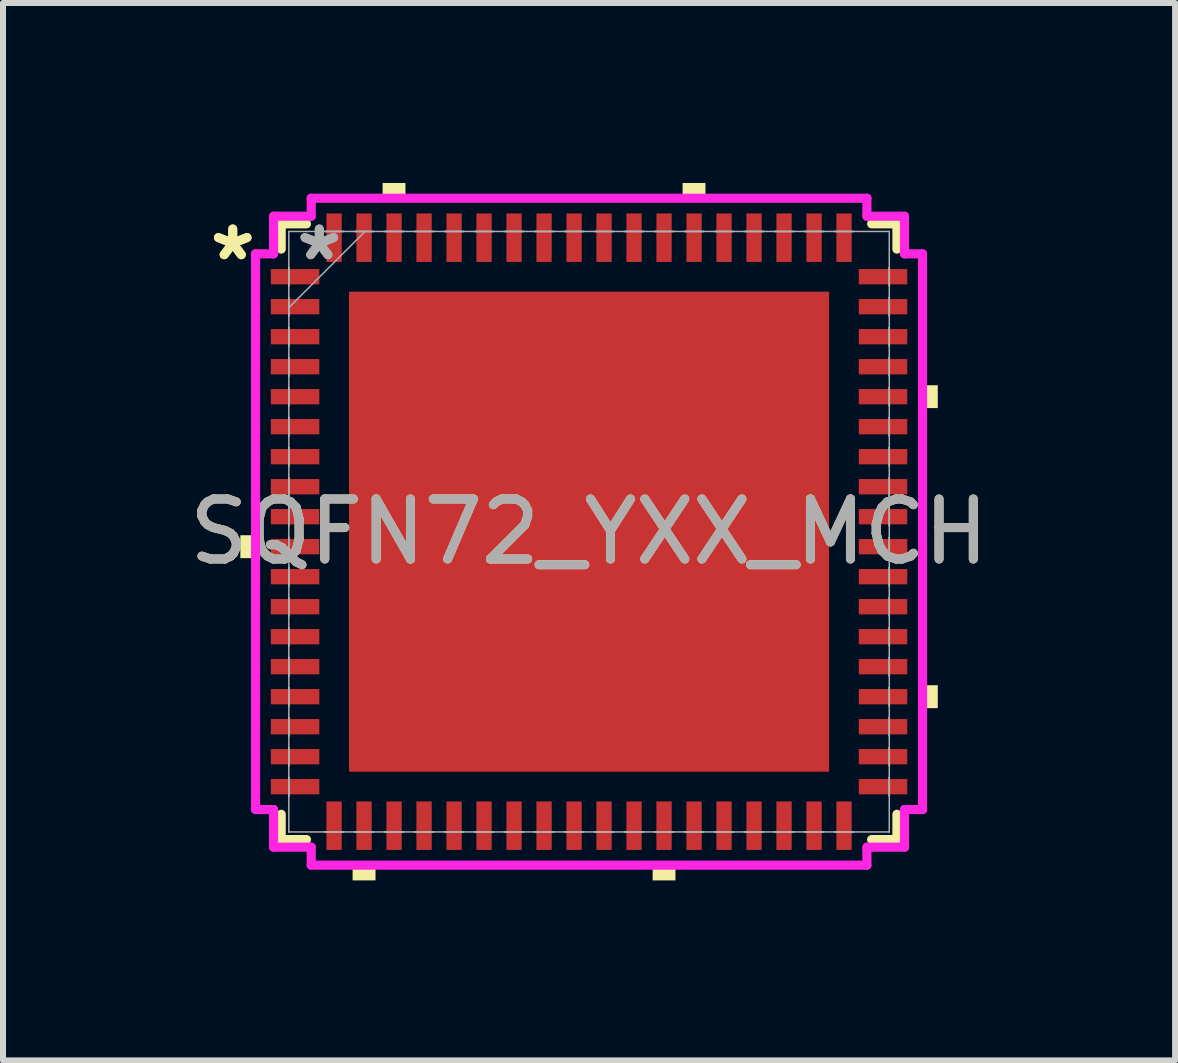
<source format=kicad_pcb>
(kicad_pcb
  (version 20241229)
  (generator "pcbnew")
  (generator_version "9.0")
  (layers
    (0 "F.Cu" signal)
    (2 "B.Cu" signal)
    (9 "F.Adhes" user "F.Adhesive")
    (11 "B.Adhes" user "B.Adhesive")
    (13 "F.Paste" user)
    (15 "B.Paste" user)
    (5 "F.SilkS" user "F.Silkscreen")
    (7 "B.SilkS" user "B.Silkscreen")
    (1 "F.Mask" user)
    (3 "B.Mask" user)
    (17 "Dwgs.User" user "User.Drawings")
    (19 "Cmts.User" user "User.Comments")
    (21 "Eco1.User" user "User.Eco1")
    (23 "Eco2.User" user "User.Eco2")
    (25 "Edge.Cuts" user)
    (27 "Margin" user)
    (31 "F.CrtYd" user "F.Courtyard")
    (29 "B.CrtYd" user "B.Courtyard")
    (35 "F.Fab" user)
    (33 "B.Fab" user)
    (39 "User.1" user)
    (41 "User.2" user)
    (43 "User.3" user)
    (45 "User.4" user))
  (footprint "SQFN72_YXX_MCH"
    (layer "F.Cu")
    (at 6.768 5.812)
    (property "Reference" "SQFN72_YXX_MCH" (at 0 0 0) (unlocked yes) (layer "F.SilkS") (effects (font (size 1 1) (thickness 0.15))))
    (attr smd)
    (fp_line (start -5.131 -5.131) (end -5.131 -4.71) (stroke (width 0.152) (type solid)) (layer "F.SilkS"))
    (fp_line (start -5.131 4.71) (end -5.131 5.131) (stroke (width 0.152) (type solid)) (layer "F.SilkS"))
    (fp_line (start -5.131 5.131) (end -4.71 5.131) (stroke (width 0.152) (type solid)) (layer "F.SilkS"))
    (fp_line (start -4.71 -5.131) (end -5.131 -5.131) (stroke (width 0.152) (type solid)) (layer "F.SilkS"))
    (fp_line (start 4.71 5.131) (end 5.131 5.131) (stroke (width 0.152) (type solid)) (layer "F.SilkS"))
    (fp_line (start 5.131 -5.131) (end 4.71 -5.131) (stroke (width 0.152) (type solid)) (layer "F.SilkS"))
    (fp_line (start 5.131 -4.71) (end 5.131 -5.131) (stroke (width 0.152) (type solid)) (layer "F.SilkS"))
    (fp_line (start 5.131 5.131) (end 5.131 4.71) (stroke (width 0.152) (type solid)) (layer "F.SilkS"))
    (fp_poly (pts (xy -5.812 0.059) (xy -5.812 0.441) (xy -5.558 0.441) (xy -5.558 0.059)) (stroke (width 0) (type solid)) (fill yes) (layer "F.SilkS"))
    (fp_poly (pts (xy -3.941 5.558) (xy -3.941 5.812) (xy -3.559 5.812) (xy -3.559 5.558)) (stroke (width 0) (type solid)) (fill yes) (layer "F.SilkS"))
    (fp_poly (pts (xy -3.441 -5.558) (xy -3.441 -5.812) (xy -3.06 -5.812) (xy -3.06 -5.558)) (stroke (width 0) (type solid)) (fill yes) (layer "F.SilkS"))
    (fp_poly (pts (xy 1.06 5.558) (xy 1.06 5.812) (xy 1.44 5.812) (xy 1.44 5.558)) (stroke (width 0) (type solid)) (fill yes) (layer "F.SilkS"))
    (fp_poly (pts (xy 1.559 -5.558) (xy 1.559 -5.812) (xy 1.94 -5.812) (xy 1.94 -5.558)) (stroke (width 0) (type solid)) (fill yes) (layer "F.SilkS"))
    (fp_poly (pts (xy 5.812 -2.441) (xy 5.812 -2.06) (xy 5.558 -2.06) (xy 5.558 -2.441)) (stroke (width 0) (type solid)) (fill yes) (layer "F.SilkS"))
    (fp_poly (pts (xy 5.812 2.559) (xy 5.812 2.941) (xy 5.558 2.941) (xy 5.558 2.559)) (stroke (width 0) (type solid)) (fill yes) (layer "F.SilkS"))
    (fp_poly (pts (xy -3.901 -3.901) (xy -3.901 -2.767) (xy -2.767 -2.767) (xy -2.767 -3.901)) (stroke (width 0) (type solid)) (fill yes) (layer "F.Paste"))
    (fp_poly (pts (xy -3.901 -2.567) (xy -3.901 -1.433) (xy -2.767 -1.433) (xy -2.767 -2.567)) (stroke (width 0) (type solid)) (fill yes) (layer "F.Paste"))
    (fp_poly (pts (xy -3.901 -1.234) (xy -3.901 -0.1) (xy -2.767 -0.1) (xy -2.767 -1.234)) (stroke (width 0) (type solid)) (fill yes) (layer "F.Paste"))
    (fp_poly (pts (xy -3.901 0.1) (xy -3.901 1.234) (xy -2.767 1.234) (xy -2.767 0.1)) (stroke (width 0) (type solid)) (fill yes) (layer "F.Paste"))
    (fp_poly (pts (xy -3.901 1.433) (xy -3.901 2.567) (xy -2.767 2.567) (xy -2.767 1.433)) (stroke (width 0) (type solid)) (fill yes) (layer "F.Paste"))
    (fp_poly (pts (xy -3.901 2.767) (xy -3.901 3.901) (xy -2.767 3.901) (xy -2.767 2.767)) (stroke (width 0) (type solid)) (fill yes) (layer "F.Paste"))
    (fp_poly (pts (xy -2.567 -3.901) (xy -2.567 -2.767) (xy -1.433 -2.767) (xy -1.433 -3.901)) (stroke (width 0) (type solid)) (fill yes) (layer "F.Paste"))
    (fp_poly (pts (xy -2.567 -2.567) (xy -2.567 -1.433) (xy -1.433 -1.433) (xy -1.433 -2.567)) (stroke (width 0) (type solid)) (fill yes) (layer "F.Paste"))
    (fp_poly (pts (xy -2.567 -1.234) (xy -2.567 -0.1) (xy -1.433 -0.1) (xy -1.433 -1.234)) (stroke (width 0) (type solid)) (fill yes) (layer "F.Paste"))
    (fp_poly (pts (xy -2.567 0.1) (xy -2.567 1.234) (xy -1.433 1.234) (xy -1.433 0.1)) (stroke (width 0) (type solid)) (fill yes) (layer "F.Paste"))
    (fp_poly (pts (xy -2.567 1.433) (xy -2.567 2.567) (xy -1.433 2.567) (xy -1.433 1.433)) (stroke (width 0) (type solid)) (fill yes) (layer "F.Paste"))
    (fp_poly (pts (xy -2.567 2.767) (xy -2.567 3.901) (xy -1.433 3.901) (xy -1.433 2.767)) (stroke (width 0) (type solid)) (fill yes) (layer "F.Paste"))
    (fp_poly (pts (xy -1.234 -3.901) (xy -1.234 -2.767) (xy -0.1 -2.767) (xy -0.1 -3.901)) (stroke (width 0) (type solid)) (fill yes) (layer "F.Paste"))
    (fp_poly (pts (xy -1.234 -2.567) (xy -1.234 -1.433) (xy -0.1 -1.433) (xy -0.1 -2.567)) (stroke (width 0) (type solid)) (fill yes) (layer "F.Paste"))
    (fp_poly (pts (xy -1.234 -1.234) (xy -1.234 -0.1) (xy -0.1 -0.1) (xy -0.1 -1.234)) (stroke (width 0) (type solid)) (fill yes) (layer "F.Paste"))
    (fp_poly (pts (xy -1.234 0.1) (xy -1.234 1.234) (xy -0.1 1.234) (xy -0.1 0.1)) (stroke (width 0) (type solid)) (fill yes) (layer "F.Paste"))
    (fp_poly (pts (xy -1.234 1.433) (xy -1.234 2.567) (xy -0.1 2.567) (xy -0.1 1.433)) (stroke (width 0) (type solid)) (fill yes) (layer "F.Paste"))
    (fp_poly (pts (xy -1.234 2.767) (xy -1.234 3.901) (xy -0.1 3.901) (xy -0.1 2.767)) (stroke (width 0) (type solid)) (fill yes) (layer "F.Paste"))
    (fp_poly (pts (xy 0.1 -3.901) (xy 0.1 -2.767) (xy 1.234 -2.767) (xy 1.234 -3.901)) (stroke (width 0) (type solid)) (fill yes) (layer "F.Paste"))
    (fp_poly (pts (xy 0.1 -2.567) (xy 0.1 -1.433) (xy 1.234 -1.433) (xy 1.234 -2.567)) (stroke (width 0) (type solid)) (fill yes) (layer "F.Paste"))
    (fp_poly (pts (xy 0.1 -1.234) (xy 0.1 -0.1) (xy 1.234 -0.1) (xy 1.234 -1.234)) (stroke (width 0) (type solid)) (fill yes) (layer "F.Paste"))
    (fp_poly (pts (xy 0.1 0.1) (xy 0.1 1.234) (xy 1.234 1.234) (xy 1.234 0.1)) (stroke (width 0) (type solid)) (fill yes) (layer "F.Paste"))
    (fp_poly (pts (xy 0.1 1.433) (xy 0.1 2.567) (xy 1.234 2.567) (xy 1.234 1.433)) (stroke (width 0) (type solid)) (fill yes) (layer "F.Paste"))
    (fp_poly (pts (xy 0.1 2.767) (xy 0.1 3.901) (xy 1.234 3.901) (xy 1.234 2.767)) (stroke (width 0) (type solid)) (fill yes) (layer "F.Paste"))
    (fp_poly (pts (xy 1.433 -3.901) (xy 1.433 -2.767) (xy 2.567 -2.767) (xy 2.567 -3.901)) (stroke (width 0) (type solid)) (fill yes) (layer "F.Paste"))
    (fp_poly (pts (xy 1.433 -2.567) (xy 1.433 -1.433) (xy 2.567 -1.433) (xy 2.567 -2.567)) (stroke (width 0) (type solid)) (fill yes) (layer "F.Paste"))
    (fp_poly (pts (xy 1.433 -1.234) (xy 1.433 -0.1) (xy 2.567 -0.1) (xy 2.567 -1.234)) (stroke (width 0) (type solid)) (fill yes) (layer "F.Paste"))
    (fp_poly (pts (xy 1.433 0.1) (xy 1.433 1.234) (xy 2.567 1.234) (xy 2.567 0.1)) (stroke (width 0) (type solid)) (fill yes) (layer "F.Paste"))
    (fp_poly (pts (xy 1.433 1.433) (xy 1.433 2.567) (xy 2.567 2.567) (xy 2.567 1.433)) (stroke (width 0) (type solid)) (fill yes) (layer "F.Paste"))
    (fp_poly (pts (xy 1.433 2.767) (xy 1.433 3.901) (xy 2.567 3.901) (xy 2.567 2.767)) (stroke (width 0) (type solid)) (fill yes) (layer "F.Paste"))
    (fp_poly (pts (xy 2.767 -3.901) (xy 2.767 -2.767) (xy 3.901 -2.767) (xy 3.901 -3.901)) (stroke (width 0) (type solid)) (fill yes) (layer "F.Paste"))
    (fp_poly (pts (xy 2.767 -2.567) (xy 2.767 -1.433) (xy 3.901 -1.433) (xy 3.901 -2.567)) (stroke (width 0) (type solid)) (fill yes) (layer "F.Paste"))
    (fp_poly (pts (xy 2.767 -1.234) (xy 2.767 -0.1) (xy 3.901 -0.1) (xy 3.901 -1.234)) (stroke (width 0) (type solid)) (fill yes) (layer "F.Paste"))
    (fp_poly (pts (xy 2.767 0.1) (xy 2.767 1.234) (xy 3.901 1.234) (xy 3.901 0.1)) (stroke (width 0) (type solid)) (fill yes) (layer "F.Paste"))
    (fp_poly (pts (xy 2.767 1.433) (xy 2.767 2.567) (xy 3.901 2.567) (xy 3.901 1.433)) (stroke (width 0) (type solid)) (fill yes) (layer "F.Paste"))
    (fp_poly (pts (xy 2.767 2.767) (xy 2.767 3.901) (xy 3.901 3.901) (xy 3.901 2.767)) (stroke (width 0) (type solid)) (fill yes) (layer "F.Paste"))
    (fp_line (start -5.558 -4.631) (end -5.258 -4.631) (stroke (width 0.152) (type solid)) (layer "F.CrtYd"))
    (fp_line (start -5.558 4.631) (end -5.558 -4.631) (stroke (width 0.152) (type solid)) (layer "F.CrtYd"))
    (fp_line (start -5.258 -5.258) (end -4.631 -5.258) (stroke (width 0.152) (type solid)) (layer "F.CrtYd"))
    (fp_line (start -5.258 -4.631) (end -5.258 -5.258) (stroke (width 0.152) (type solid)) (layer "F.CrtYd"))
    (fp_line (start -5.258 4.631) (end -5.558 4.631) (stroke (width 0.152) (type solid)) (layer "F.CrtYd"))
    (fp_line (start -5.258 5.258) (end -5.258 4.631) (stroke (width 0.152) (type solid)) (layer "F.CrtYd"))
    (fp_line (start -4.631 -5.558) (end 4.631 -5.558) (stroke (width 0.152) (type solid)) (layer "F.CrtYd"))
    (fp_line (start -4.631 -5.258) (end -4.631 -5.558) (stroke (width 0.152) (type solid)) (layer "F.CrtYd"))
    (fp_line (start -4.631 5.258) (end -5.258 5.258) (stroke (width 0.152) (type solid)) (layer "F.CrtYd"))
    (fp_line (start -4.631 5.558) (end -4.631 5.258) (stroke (width 0.152) (type solid)) (layer "F.CrtYd"))
    (fp_line (start 4.631 -5.558) (end 4.631 -5.258) (stroke (width 0.152) (type solid)) (layer "F.CrtYd"))
    (fp_line (start 4.631 -5.258) (end 5.258 -5.258) (stroke (width 0.152) (type solid)) (layer "F.CrtYd"))
    (fp_line (start 4.631 5.258) (end 4.631 5.558) (stroke (width 0.152) (type solid)) (layer "F.CrtYd"))
    (fp_line (start 4.631 5.558) (end -4.631 5.558) (stroke (width 0.152) (type solid)) (layer "F.CrtYd"))
    (fp_line (start 5.258 -5.258) (end 5.258 -4.631) (stroke (width 0.152) (type solid)) (layer "F.CrtYd"))
    (fp_line (start 5.258 -4.631) (end 5.558 -4.631) (stroke (width 0.152) (type solid)) (layer "F.CrtYd"))
    (fp_line (start 5.258 4.631) (end 5.258 5.258) (stroke (width 0.152) (type solid)) (layer "F.CrtYd"))
    (fp_line (start 5.258 5.258) (end 4.631 5.258) (stroke (width 0.152) (type solid)) (layer "F.CrtYd"))
    (fp_line (start 5.558 -4.631) (end 5.558 4.631) (stroke (width 0.152) (type solid)) (layer "F.CrtYd"))
    (fp_line (start 5.558 4.631) (end 5.258 4.631) (stroke (width 0.152) (type solid)) (layer "F.CrtYd"))
    (fp_line (start -5.004 -5.004) (end -5.004 -5.004) (stroke (width 0.025) (type solid)) (layer "F.Fab"))
    (fp_line (start -5.004 -5.004) (end -5.004 5.004) (stroke (width 0.025) (type solid)) (layer "F.Fab"))
    (fp_line (start -5.004 -4.402) (end -5.004 -4.402) (stroke (width 0.025) (type solid)) (layer "F.Fab"))
    (fp_line (start -5.004 -4.402) (end -5.004 -4.098) (stroke (width 0.025) (type solid)) (layer "F.Fab"))
    (fp_line (start -5.004 -4.098) (end -5.004 -4.402) (stroke (width 0.025) (type solid)) (layer "F.Fab"))
    (fp_line (start -5.004 -4.098) (end -5.004 -4.098) (stroke (width 0.025) (type solid)) (layer "F.Fab"))
    (fp_line (start -5.004 -3.902) (end -5.004 -3.902) (stroke (width 0.025) (type solid)) (layer "F.Fab"))
    (fp_line (start -5.004 -3.902) (end -5.004 -3.598) (stroke (width 0.025) (type solid)) (layer "F.Fab"))
    (fp_line (start -5.004 -3.734) (end -3.734 -5.004) (stroke (width 0.025) (type solid)) (layer "F.Fab"))
    (fp_line (start -5.004 -3.598) (end -5.004 -3.902) (stroke (width 0.025) (type solid)) (layer "F.Fab"))
    (fp_line (start -5.004 -3.598) (end -5.004 -3.598) (stroke (width 0.025) (type solid)) (layer "F.Fab"))
    (fp_line (start -5.004 -3.402) (end -5.004 -3.402) (stroke (width 0.025) (type solid)) (layer "F.Fab"))
    (fp_line (start -5.004 -3.402) (end -5.004 -3.098) (stroke (width 0.025) (type solid)) (layer "F.Fab"))
    (fp_line (start -5.004 -3.098) (end -5.004 -3.402) (stroke (width 0.025) (type solid)) (layer "F.Fab"))
    (fp_line (start -5.004 -3.098) (end -5.004 -3.098) (stroke (width 0.025) (type solid)) (layer "F.Fab"))
    (fp_line (start -5.004 -2.902) (end -5.004 -2.902) (stroke (width 0.025) (type solid)) (layer "F.Fab"))
    (fp_line (start -5.004 -2.902) (end -5.004 -2.598) (stroke (width 0.025) (type solid)) (layer "F.Fab"))
    (fp_line (start -5.004 -2.598) (end -5.004 -2.902) (stroke (width 0.025) (type solid)) (layer "F.Fab"))
    (fp_line (start -5.004 -2.598) (end -5.004 -2.598) (stroke (width 0.025) (type solid)) (layer "F.Fab"))
    (fp_line (start -5.004 -2.402) (end -5.004 -2.402) (stroke (width 0.025) (type solid)) (layer "F.Fab"))
    (fp_line (start -5.004 -2.402) (end -5.004 -2.098) (stroke (width 0.025) (type solid)) (layer "F.Fab"))
    (fp_line (start -5.004 -2.098) (end -5.004 -2.402) (stroke (width 0.025) (type solid)) (layer "F.Fab"))
    (fp_line (start -5.004 -2.098) (end -5.004 -2.098) (stroke (width 0.025) (type solid)) (layer "F.Fab"))
    (fp_line (start -5.004 -1.902) (end -5.004 -1.902) (stroke (width 0.025) (type solid)) (layer "F.Fab"))
    (fp_line (start -5.004 -1.902) (end -5.004 -1.598) (stroke (width 0.025) (type solid)) (layer "F.Fab"))
    (fp_line (start -5.004 -1.598) (end -5.004 -1.902) (stroke (width 0.025) (type solid)) (layer "F.Fab"))
    (fp_line (start -5.004 -1.598) (end -5.004 -1.598) (stroke (width 0.025) (type solid)) (layer "F.Fab"))
    (fp_line (start -5.004 -1.402) (end -5.004 -1.402) (stroke (width 0.025) (type solid)) (layer "F.Fab"))
    (fp_line (start -5.004 -1.402) (end -5.004 -1.098) (stroke (width 0.025) (type solid)) (layer "F.Fab"))
    (fp_line (start -5.004 -1.098) (end -5.004 -1.402) (stroke (width 0.025) (type solid)) (layer "F.Fab"))
    (fp_line (start -5.004 -1.098) (end -5.004 -1.098) (stroke (width 0.025) (type solid)) (layer "F.Fab"))
    (fp_line (start -5.004 -0.902) (end -5.004 -0.902) (stroke (width 0.025) (type solid)) (layer "F.Fab"))
    (fp_line (start -5.004 -0.902) (end -5.004 -0.598) (stroke (width 0.025) (type solid)) (layer "F.Fab"))
    (fp_line (start -5.004 -0.598) (end -5.004 -0.902) (stroke (width 0.025) (type solid)) (layer "F.Fab"))
    (fp_line (start -5.004 -0.598) (end -5.004 -0.598) (stroke (width 0.025) (type solid)) (layer "F.Fab"))
    (fp_line (start -5.004 -0.402) (end -5.004 -0.402) (stroke (width 0.025) (type solid)) (layer "F.Fab"))
    (fp_line (start -5.004 -0.402) (end -5.004 -0.098) (stroke (width 0.025) (type solid)) (layer "F.Fab"))
    (fp_line (start -5.004 -0.098) (end -5.004 -0.402) (stroke (width 0.025) (type solid)) (layer "F.Fab"))
    (fp_line (start -5.004 -0.098) (end -5.004 -0.098) (stroke (width 0.025) (type solid)) (layer "F.Fab"))
    (fp_line (start -5.004 0.098) (end -5.004 0.098) (stroke (width 0.025) (type solid)) (layer "F.Fab"))
    (fp_line (start -5.004 0.098) (end -5.004 0.402) (stroke (width 0.025) (type solid)) (layer "F.Fab"))
    (fp_line (start -5.004 0.402) (end -5.004 0.098) (stroke (width 0.025) (type solid)) (layer "F.Fab"))
    (fp_line (start -5.004 0.402) (end -5.004 0.402) (stroke (width 0.025) (type solid)) (layer "F.Fab"))
    (fp_line (start -5.004 0.598) (end -5.004 0.598) (stroke (width 0.025) (type solid)) (layer "F.Fab"))
    (fp_line (start -5.004 0.598) (end -5.004 0.902) (stroke (width 0.025) (type solid)) (layer "F.Fab"))
    (fp_line (start -5.004 0.902) (end -5.004 0.598) (stroke (width 0.025) (type solid)) (layer "F.Fab"))
    (fp_line (start -5.004 0.902) (end -5.004 0.902) (stroke (width 0.025) (type solid)) (layer "F.Fab"))
    (fp_line (start -5.004 1.098) (end -5.004 1.098) (stroke (width 0.025) (type solid)) (layer "F.Fab"))
    (fp_line (start -5.004 1.098) (end -5.004 1.402) (stroke (width 0.025) (type solid)) (layer "F.Fab"))
    (fp_line (start -5.004 1.402) (end -5.004 1.098) (stroke (width 0.025) (type solid)) (layer "F.Fab"))
    (fp_line (start -5.004 1.402) (end -5.004 1.402) (stroke (width 0.025) (type solid)) (layer "F.Fab"))
    (fp_line (start -5.004 1.598) (end -5.004 1.598) (stroke (width 0.025) (type solid)) (layer "F.Fab"))
    (fp_line (start -5.004 1.598) (end -5.004 1.902) (stroke (width 0.025) (type solid)) (layer "F.Fab"))
    (fp_line (start -5.004 1.902) (end -5.004 1.598) (stroke (width 0.025) (type solid)) (layer "F.Fab"))
    (fp_line (start -5.004 1.902) (end -5.004 1.902) (stroke (width 0.025) (type solid)) (layer "F.Fab"))
    (fp_line (start -5.004 2.098) (end -5.004 2.098) (stroke (width 0.025) (type solid)) (layer "F.Fab"))
    (fp_line (start -5.004 2.098) (end -5.004 2.402) (stroke (width 0.025) (type solid)) (layer "F.Fab"))
    (fp_line (start -5.004 2.402) (end -5.004 2.098) (stroke (width 0.025) (type solid)) (layer "F.Fab"))
    (fp_line (start -5.004 2.402) (end -5.004 2.402) (stroke (width 0.025) (type solid)) (layer "F.Fab"))
    (fp_line (start -5.004 2.598) (end -5.004 2.598) (stroke (width 0.025) (type solid)) (layer "F.Fab"))
    (fp_line (start -5.004 2.598) (end -5.004 2.902) (stroke (width 0.025) (type solid)) (layer "F.Fab"))
    (fp_line (start -5.004 2.902) (end -5.004 2.598) (stroke (width 0.025) (type solid)) (layer "F.Fab"))
    (fp_line (start -5.004 2.902) (end -5.004 2.902) (stroke (width 0.025) (type solid)) (layer "F.Fab"))
    (fp_line (start -5.004 3.098) (end -5.004 3.098) (stroke (width 0.025) (type solid)) (layer "F.Fab"))
    (fp_line (start -5.004 3.098) (end -5.004 3.402) (stroke (width 0.025) (type solid)) (layer "F.Fab"))
    (fp_line (start -5.004 3.402) (end -5.004 3.098) (stroke (width 0.025) (type solid)) (layer "F.Fab"))
    (fp_line (start -5.004 3.402) (end -5.004 3.402) (stroke (width 0.025) (type solid)) (layer "F.Fab"))
    (fp_line (start -5.004 3.598) (end -5.004 3.598) (stroke (width 0.025) (type solid)) (layer "F.Fab"))
    (fp_line (start -5.004 3.598) (end -5.004 3.902) (stroke (width 0.025) (type solid)) (layer "F.Fab"))
    (fp_line (start -5.004 3.902) (end -5.004 3.598) (stroke (width 0.025) (type solid)) (layer "F.Fab"))
    (fp_line (start -5.004 3.902) (end -5.004 3.902) (stroke (width 0.025) (type solid)) (layer "F.Fab"))
    (fp_line (start -5.004 4.098) (end -5.004 4.098) (stroke (width 0.025) (type solid)) (layer "F.Fab"))
    (fp_line (start -5.004 4.098) (end -5.004 4.402) (stroke (width 0.025) (type solid)) (layer "F.Fab"))
    (fp_line (start -5.004 4.402) (end -5.004 4.098) (stroke (width 0.025) (type solid)) (layer "F.Fab"))
    (fp_line (start -5.004 4.402) (end -5.004 4.402) (stroke (width 0.025) (type solid)) (layer "F.Fab"))
    (fp_line (start -5.004 5.004) (end -5.004 5.004) (stroke (width 0.025) (type solid)) (layer "F.Fab"))
    (fp_line (start -5.004 5.004) (end 5.004 5.004) (stroke (width 0.025) (type solid)) (layer "F.Fab"))
    (fp_line (start -4.402 -5.004) (end -4.402 -5.004) (stroke (width 0.025) (type solid)) (layer "F.Fab"))
    (fp_line (start -4.402 -5.004) (end -4.098 -5.004) (stroke (width 0.025) (type solid)) (layer "F.Fab"))
    (fp_line (start -4.402 5.004) (end -4.402 5.004) (stroke (width 0.025) (type solid)) (layer "F.Fab"))
    (fp_line (start -4.402 5.004) (end -4.098 5.004) (stroke (width 0.025) (type solid)) (layer "F.Fab"))
    (fp_line (start -4.098 -5.004) (end -4.402 -5.004) (stroke (width 0.025) (type solid)) (layer "F.Fab"))
    (fp_line (start -4.098 -5.004) (end -4.098 -5.004) (stroke (width 0.025) (type solid)) (layer "F.Fab"))
    (fp_line (start -4.098 5.004) (end -4.402 5.004) (stroke (width 0.025) (type solid)) (layer "F.Fab"))
    (fp_line (start -4.098 5.004) (end -4.098 5.004) (stroke (width 0.025) (type solid)) (layer "F.Fab"))
    (fp_line (start -3.902 -5.004) (end -3.902 -5.004) (stroke (width 0.025) (type solid)) (layer "F.Fab"))
    (fp_line (start -3.902 -5.004) (end -3.598 -5.004) (stroke (width 0.025) (type solid)) (layer "F.Fab"))
    (fp_line (start -3.902 5.004) (end -3.902 5.004) (stroke (width 0.025) (type solid)) (layer "F.Fab"))
    (fp_line (start -3.902 5.004) (end -3.598 5.004) (stroke (width 0.025) (type solid)) (layer "F.Fab"))
    (fp_line (start -3.598 -5.004) (end -3.902 -5.004) (stroke (width 0.025) (type solid)) (layer "F.Fab"))
    (fp_line (start -3.598 -5.004) (end -3.598 -5.004) (stroke (width 0.025) (type solid)) (layer "F.Fab"))
    (fp_line (start -3.598 5.004) (end -3.902 5.004) (stroke (width 0.025) (type solid)) (layer "F.Fab"))
    (fp_line (start -3.598 5.004) (end -3.598 5.004) (stroke (width 0.025) (type solid)) (layer "F.Fab"))
    (fp_line (start -3.402 -5.004) (end -3.402 -5.004) (stroke (width 0.025) (type solid)) (layer "F.Fab"))
    (fp_line (start -3.402 -5.004) (end -3.098 -5.004) (stroke (width 0.025) (type solid)) (layer "F.Fab"))
    (fp_line (start -3.402 5.004) (end -3.402 5.004) (stroke (width 0.025) (type solid)) (layer "F.Fab"))
    (fp_line (start -3.402 5.004) (end -3.098 5.004) (stroke (width 0.025) (type solid)) (layer "F.Fab"))
    (fp_line (start -3.098 -5.004) (end -3.402 -5.004) (stroke (width 0.025) (type solid)) (layer "F.Fab"))
    (fp_line (start -3.098 -5.004) (end -3.098 -5.004) (stroke (width 0.025) (type solid)) (layer "F.Fab"))
    (fp_line (start -3.098 5.004) (end -3.402 5.004) (stroke (width 0.025) (type solid)) (layer "F.Fab"))
    (fp_line (start -3.098 5.004) (end -3.098 5.004) (stroke (width 0.025) (type solid)) (layer "F.Fab"))
    (fp_line (start -2.902 -5.004) (end -2.902 -5.004) (stroke (width 0.025) (type solid)) (layer "F.Fab"))
    (fp_line (start -2.902 -5.004) (end -2.598 -5.004) (stroke (width 0.025) (type solid)) (layer "F.Fab"))
    (fp_line (start -2.902 5.004) (end -2.902 5.004) (stroke (width 0.025) (type solid)) (layer "F.Fab"))
    (fp_line (start -2.902 5.004) (end -2.598 5.004) (stroke (width 0.025) (type solid)) (layer "F.Fab"))
    (fp_line (start -2.598 -5.004) (end -2.902 -5.004) (stroke (width 0.025) (type solid)) (layer "F.Fab"))
    (fp_line (start -2.598 -5.004) (end -2.598 -5.004) (stroke (width 0.025) (type solid)) (layer "F.Fab"))
    (fp_line (start -2.598 5.004) (end -2.902 5.004) (stroke (width 0.025) (type solid)) (layer "F.Fab"))
    (fp_line (start -2.598 5.004) (end -2.598 5.004) (stroke (width 0.025) (type solid)) (layer "F.Fab"))
    (fp_line (start -2.402 -5.004) (end -2.402 -5.004) (stroke (width 0.025) (type solid)) (layer "F.Fab"))
    (fp_line (start -2.402 -5.004) (end -2.098 -5.004) (stroke (width 0.025) (type solid)) (layer "F.Fab"))
    (fp_line (start -2.402 5.004) (end -2.402 5.004) (stroke (width 0.025) (type solid)) (layer "F.Fab"))
    (fp_line (start -2.402 5.004) (end -2.098 5.004) (stroke (width 0.025) (type solid)) (layer "F.Fab"))
    (fp_line (start -2.098 -5.004) (end -2.402 -5.004) (stroke (width 0.025) (type solid)) (layer "F.Fab"))
    (fp_line (start -2.098 -5.004) (end -2.098 -5.004) (stroke (width 0.025) (type solid)) (layer "F.Fab"))
    (fp_line (start -2.098 5.004) (end -2.402 5.004) (stroke (width 0.025) (type solid)) (layer "F.Fab"))
    (fp_line (start -2.098 5.004) (end -2.098 5.004) (stroke (width 0.025) (type solid)) (layer "F.Fab"))
    (fp_line (start -1.902 -5.004) (end -1.902 -5.004) (stroke (width 0.025) (type solid)) (layer "F.Fab"))
    (fp_line (start -1.902 -5.004) (end -1.598 -5.004) (stroke (width 0.025) (type solid)) (layer "F.Fab"))
    (fp_line (start -1.902 5.004) (end -1.902 5.004) (stroke (width 0.025) (type solid)) (layer "F.Fab"))
    (fp_line (start -1.902 5.004) (end -1.598 5.004) (stroke (width 0.025) (type solid)) (layer "F.Fab"))
    (fp_line (start -1.598 -5.004) (end -1.902 -5.004) (stroke (width 0.025) (type solid)) (layer "F.Fab"))
    (fp_line (start -1.598 -5.004) (end -1.598 -5.004) (stroke (width 0.025) (type solid)) (layer "F.Fab"))
    (fp_line (start -1.598 5.004) (end -1.902 5.004) (stroke (width 0.025) (type solid)) (layer "F.Fab"))
    (fp_line (start -1.598 5.004) (end -1.598 5.004) (stroke (width 0.025) (type solid)) (layer "F.Fab"))
    (fp_line (start -1.402 -5.004) (end -1.402 -5.004) (stroke (width 0.025) (type solid)) (layer "F.Fab"))
    (fp_line (start -1.402 -5.004) (end -1.098 -5.004) (stroke (width 0.025) (type solid)) (layer "F.Fab"))
    (fp_line (start -1.402 5.004) (end -1.402 5.004) (stroke (width 0.025) (type solid)) (layer "F.Fab"))
    (fp_line (start -1.402 5.004) (end -1.098 5.004) (stroke (width 0.025) (type solid)) (layer "F.Fab"))
    (fp_line (start -1.098 -5.004) (end -1.402 -5.004) (stroke (width 0.025) (type solid)) (layer "F.Fab"))
    (fp_line (start -1.098 -5.004) (end -1.098 -5.004) (stroke (width 0.025) (type solid)) (layer "F.Fab"))
    (fp_line (start -1.098 5.004) (end -1.402 5.004) (stroke (width 0.025) (type solid)) (layer "F.Fab"))
    (fp_line (start -1.098 5.004) (end -1.098 5.004) (stroke (width 0.025) (type solid)) (layer "F.Fab"))
    (fp_line (start -0.902 -5.004) (end -0.902 -5.004) (stroke (width 0.025) (type solid)) (layer "F.Fab"))
    (fp_line (start -0.902 -5.004) (end -0.598 -5.004) (stroke (width 0.025) (type solid)) (layer "F.Fab"))
    (fp_line (start -0.902 5.004) (end -0.902 5.004) (stroke (width 0.025) (type solid)) (layer "F.Fab"))
    (fp_line (start -0.902 5.004) (end -0.598 5.004) (stroke (width 0.025) (type solid)) (layer "F.Fab"))
    (fp_line (start -0.598 -5.004) (end -0.902 -5.004) (stroke (width 0.025) (type solid)) (layer "F.Fab"))
    (fp_line (start -0.598 -5.004) (end -0.598 -5.004) (stroke (width 0.025) (type solid)) (layer "F.Fab"))
    (fp_line (start -0.598 5.004) (end -0.902 5.004) (stroke (width 0.025) (type solid)) (layer "F.Fab"))
    (fp_line (start -0.598 5.004) (end -0.598 5.004) (stroke (width 0.025) (type solid)) (layer "F.Fab"))
    (fp_line (start -0.402 -5.004) (end -0.402 -5.004) (stroke (width 0.025) (type solid)) (layer "F.Fab"))
    (fp_line (start -0.402 -5.004) (end -0.098 -5.004) (stroke (width 0.025) (type solid)) (layer "F.Fab"))
    (fp_line (start -0.402 5.004) (end -0.402 5.004) (stroke (width 0.025) (type solid)) (layer "F.Fab"))
    (fp_line (start -0.402 5.004) (end -0.098 5.004) (stroke (width 0.025) (type solid)) (layer "F.Fab"))
    (fp_line (start -0.098 -5.004) (end -0.402 -5.004) (stroke (width 0.025) (type solid)) (layer "F.Fab"))
    (fp_line (start -0.098 -5.004) (end -0.098 -5.004) (stroke (width 0.025) (type solid)) (layer "F.Fab"))
    (fp_line (start -0.098 5.004) (end -0.402 5.004) (stroke (width 0.025) (type solid)) (layer "F.Fab"))
    (fp_line (start -0.098 5.004) (end -0.098 5.004) (stroke (width 0.025) (type solid)) (layer "F.Fab"))
    (fp_line (start 0.098 -5.004) (end 0.098 -5.004) (stroke (width 0.025) (type solid)) (layer "F.Fab"))
    (fp_line (start 0.098 -5.004) (end 0.402 -5.004) (stroke (width 0.025) (type solid)) (layer "F.Fab"))
    (fp_line (start 0.098 5.004) (end 0.098 5.004) (stroke (width 0.025) (type solid)) (layer "F.Fab"))
    (fp_line (start 0.098 5.004) (end 0.402 5.004) (stroke (width 0.025) (type solid)) (layer "F.Fab"))
    (fp_line (start 0.402 -5.004) (end 0.098 -5.004) (stroke (width 0.025) (type solid)) (layer "F.Fab"))
    (fp_line (start 0.402 -5.004) (end 0.402 -5.004) (stroke (width 0.025) (type solid)) (layer "F.Fab"))
    (fp_line (start 0.402 5.004) (end 0.098 5.004) (stroke (width 0.025) (type solid)) (layer "F.Fab"))
    (fp_line (start 0.402 5.004) (end 0.402 5.004) (stroke (width 0.025) (type solid)) (layer "F.Fab"))
    (fp_line (start 0.598 -5.004) (end 0.598 -5.004) (stroke (width 0.025) (type solid)) (layer "F.Fab"))
    (fp_line (start 0.598 -5.004) (end 0.902 -5.004) (stroke (width 0.025) (type solid)) (layer "F.Fab"))
    (fp_line (start 0.598 5.004) (end 0.598 5.004) (stroke (width 0.025) (type solid)) (layer "F.Fab"))
    (fp_line (start 0.598 5.004) (end 0.902 5.004) (stroke (width 0.025) (type solid)) (layer "F.Fab"))
    (fp_line (start 0.902 -5.004) (end 0.598 -5.004) (stroke (width 0.025) (type solid)) (layer "F.Fab"))
    (fp_line (start 0.902 -5.004) (end 0.902 -5.004) (stroke (width 0.025) (type solid)) (layer "F.Fab"))
    (fp_line (start 0.902 5.004) (end 0.598 5.004) (stroke (width 0.025) (type solid)) (layer "F.Fab"))
    (fp_line (start 0.902 5.004) (end 0.902 5.004) (stroke (width 0.025) (type solid)) (layer "F.Fab"))
    (fp_line (start 1.098 -5.004) (end 1.098 -5.004) (stroke (width 0.025) (type solid)) (layer "F.Fab"))
    (fp_line (start 1.098 -5.004) (end 1.402 -5.004) (stroke (width 0.025) (type solid)) (layer "F.Fab"))
    (fp_line (start 1.098 5.004) (end 1.098 5.004) (stroke (width 0.025) (type solid)) (layer "F.Fab"))
    (fp_line (start 1.098 5.004) (end 1.402 5.004) (stroke (width 0.025) (type solid)) (layer "F.Fab"))
    (fp_line (start 1.402 -5.004) (end 1.098 -5.004) (stroke (width 0.025) (type solid)) (layer "F.Fab"))
    (fp_line (start 1.402 -5.004) (end 1.402 -5.004) (stroke (width 0.025) (type solid)) (layer "F.Fab"))
    (fp_line (start 1.402 5.004) (end 1.098 5.004) (stroke (width 0.025) (type solid)) (layer "F.Fab"))
    (fp_line (start 1.402 5.004) (end 1.402 5.004) (stroke (width 0.025) (type solid)) (layer "F.Fab"))
    (fp_line (start 1.598 -5.004) (end 1.598 -5.004) (stroke (width 0.025) (type solid)) (layer "F.Fab"))
    (fp_line (start 1.598 -5.004) (end 1.902 -5.004) (stroke (width 0.025) (type solid)) (layer "F.Fab"))
    (fp_line (start 1.598 5.004) (end 1.598 5.004) (stroke (width 0.025) (type solid)) (layer "F.Fab"))
    (fp_line (start 1.598 5.004) (end 1.902 5.004) (stroke (width 0.025) (type solid)) (layer "F.Fab"))
    (fp_line (start 1.902 -5.004) (end 1.598 -5.004) (stroke (width 0.025) (type solid)) (layer "F.Fab"))
    (fp_line (start 1.902 -5.004) (end 1.902 -5.004) (stroke (width 0.025) (type solid)) (layer "F.Fab"))
    (fp_line (start 1.902 5.004) (end 1.598 5.004) (stroke (width 0.025) (type solid)) (layer "F.Fab"))
    (fp_line (start 1.902 5.004) (end 1.902 5.004) (stroke (width 0.025) (type solid)) (layer "F.Fab"))
    (fp_line (start 2.098 -5.004) (end 2.098 -5.004) (stroke (width 0.025) (type solid)) (layer "F.Fab"))
    (fp_line (start 2.098 -5.004) (end 2.402 -5.004) (stroke (width 0.025) (type solid)) (layer "F.Fab"))
    (fp_line (start 2.098 5.004) (end 2.098 5.004) (stroke (width 0.025) (type solid)) (layer "F.Fab"))
    (fp_line (start 2.098 5.004) (end 2.402 5.004) (stroke (width 0.025) (type solid)) (layer "F.Fab"))
    (fp_line (start 2.402 -5.004) (end 2.098 -5.004) (stroke (width 0.025) (type solid)) (layer "F.Fab"))
    (fp_line (start 2.402 -5.004) (end 2.402 -5.004) (stroke (width 0.025) (type solid)) (layer "F.Fab"))
    (fp_line (start 2.402 5.004) (end 2.098 5.004) (stroke (width 0.025) (type solid)) (layer "F.Fab"))
    (fp_line (start 2.402 5.004) (end 2.402 5.004) (stroke (width 0.025) (type solid)) (layer "F.Fab"))
    (fp_line (start 2.598 -5.004) (end 2.598 -5.004) (stroke (width 0.025) (type solid)) (layer "F.Fab"))
    (fp_line (start 2.598 -5.004) (end 2.902 -5.004) (stroke (width 0.025) (type solid)) (layer "F.Fab"))
    (fp_line (start 2.598 5.004) (end 2.598 5.004) (stroke (width 0.025) (type solid)) (layer "F.Fab"))
    (fp_line (start 2.598 5.004) (end 2.902 5.004) (stroke (width 0.025) (type solid)) (layer "F.Fab"))
    (fp_line (start 2.902 -5.004) (end 2.598 -5.004) (stroke (width 0.025) (type solid)) (layer "F.Fab"))
    (fp_line (start 2.902 -5.004) (end 2.902 -5.004) (stroke (width 0.025) (type solid)) (layer "F.Fab"))
    (fp_line (start 2.902 5.004) (end 2.598 5.004) (stroke (width 0.025) (type solid)) (layer "F.Fab"))
    (fp_line (start 2.902 5.004) (end 2.902 5.004) (stroke (width 0.025) (type solid)) (layer "F.Fab"))
    (fp_line (start 3.098 -5.004) (end 3.098 -5.004) (stroke (width 0.025) (type solid)) (layer "F.Fab"))
    (fp_line (start 3.098 -5.004) (end 3.402 -5.004) (stroke (width 0.025) (type solid)) (layer "F.Fab"))
    (fp_line (start 3.098 5.004) (end 3.098 5.004) (stroke (width 0.025) (type solid)) (layer "F.Fab"))
    (fp_line (start 3.098 5.004) (end 3.402 5.004) (stroke (width 0.025) (type solid)) (layer "F.Fab"))
    (fp_line (start 3.402 -5.004) (end 3.098 -5.004) (stroke (width 0.025) (type solid)) (layer "F.Fab"))
    (fp_line (start 3.402 -5.004) (end 3.402 -5.004) (stroke (width 0.025) (type solid)) (layer "F.Fab"))
    (fp_line (start 3.402 5.004) (end 3.098 5.004) (stroke (width 0.025) (type solid)) (layer "F.Fab"))
    (fp_line (start 3.402 5.004) (end 3.402 5.004) (stroke (width 0.025) (type solid)) (layer "F.Fab"))
    (fp_line (start 3.598 -5.004) (end 3.598 -5.004) (stroke (width 0.025) (type solid)) (layer "F.Fab"))
    (fp_line (start 3.598 -5.004) (end 3.902 -5.004) (stroke (width 0.025) (type solid)) (layer "F.Fab"))
    (fp_line (start 3.598 5.004) (end 3.598 5.004) (stroke (width 0.025) (type solid)) (layer "F.Fab"))
    (fp_line (start 3.598 5.004) (end 3.902 5.004) (stroke (width 0.025) (type solid)) (layer "F.Fab"))
    (fp_line (start 3.902 -5.004) (end 3.598 -5.004) (stroke (width 0.025) (type solid)) (layer "F.Fab"))
    (fp_line (start 3.902 -5.004) (end 3.902 -5.004) (stroke (width 0.025) (type solid)) (layer "F.Fab"))
    (fp_line (start 3.902 5.004) (end 3.598 5.004) (stroke (width 0.025) (type solid)) (layer "F.Fab"))
    (fp_line (start 3.902 5.004) (end 3.902 5.004) (stroke (width 0.025) (type solid)) (layer "F.Fab"))
    (fp_line (start 4.098 -5.004) (end 4.098 -5.004) (stroke (width 0.025) (type solid)) (layer "F.Fab"))
    (fp_line (start 4.098 -5.004) (end 4.402 -5.004) (stroke (width 0.025) (type solid)) (layer "F.Fab"))
    (fp_line (start 4.098 5.004) (end 4.098 5.004) (stroke (width 0.025) (type solid)) (layer "F.Fab"))
    (fp_line (start 4.098 5.004) (end 4.402 5.004) (stroke (width 0.025) (type solid)) (layer "F.Fab"))
    (fp_line (start 4.402 -5.004) (end 4.098 -5.004) (stroke (width 0.025) (type solid)) (layer "F.Fab"))
    (fp_line (start 4.402 -5.004) (end 4.402 -5.004) (stroke (width 0.025) (type solid)) (layer "F.Fab"))
    (fp_line (start 4.402 5.004) (end 4.098 5.004) (stroke (width 0.025) (type solid)) (layer "F.Fab"))
    (fp_line (start 4.402 5.004) (end 4.402 5.004) (stroke (width 0.025) (type solid)) (layer "F.Fab"))
    (fp_line (start 5.004 -5.004) (end -5.004 -5.004) (stroke (width 0.025) (type solid)) (layer "F.Fab"))
    (fp_line (start 5.004 -5.004) (end 5.004 -5.004) (stroke (width 0.025) (type solid)) (layer "F.Fab"))
    (fp_line (start 5.004 -4.402) (end 5.004 -4.402) (stroke (width 0.025) (type solid)) (layer "F.Fab"))
    (fp_line (start 5.004 -4.402) (end 5.004 -4.098) (stroke (width 0.025) (type solid)) (layer "F.Fab"))
    (fp_line (start 5.004 -4.098) (end 5.004 -4.402) (stroke (width 0.025) (type solid)) (layer "F.Fab"))
    (fp_line (start 5.004 -4.098) (end 5.004 -4.098) (stroke (width 0.025) (type solid)) (layer "F.Fab"))
    (fp_line (start 5.004 -3.902) (end 5.004 -3.902) (stroke (width 0.025) (type solid)) (layer "F.Fab"))
    (fp_line (start 5.004 -3.902) (end 5.004 -3.598) (stroke (width 0.025) (type solid)) (layer "F.Fab"))
    (fp_line (start 5.004 -3.598) (end 5.004 -3.902) (stroke (width 0.025) (type solid)) (layer "F.Fab"))
    (fp_line (start 5.004 -3.598) (end 5.004 -3.598) (stroke (width 0.025) (type solid)) (layer "F.Fab"))
    (fp_line (start 5.004 -3.402) (end 5.004 -3.402) (stroke (width 0.025) (type solid)) (layer "F.Fab"))
    (fp_line (start 5.004 -3.402) (end 5.004 -3.098) (stroke (width 0.025) (type solid)) (layer "F.Fab"))
    (fp_line (start 5.004 -3.098) (end 5.004 -3.402) (stroke (width 0.025) (type solid)) (layer "F.Fab"))
    (fp_line (start 5.004 -3.098) (end 5.004 -3.098) (stroke (width 0.025) (type solid)) (layer "F.Fab"))
    (fp_line (start 5.004 -2.902) (end 5.004 -2.902) (stroke (width 0.025) (type solid)) (layer "F.Fab"))
    (fp_line (start 5.004 -2.902) (end 5.004 -2.598) (stroke (width 0.025) (type solid)) (layer "F.Fab"))
    (fp_line (start 5.004 -2.598) (end 5.004 -2.902) (stroke (width 0.025) (type solid)) (layer "F.Fab"))
    (fp_line (start 5.004 -2.598) (end 5.004 -2.598) (stroke (width 0.025) (type solid)) (layer "F.Fab"))
    (fp_line (start 5.004 -2.402) (end 5.004 -2.402) (stroke (width 0.025) (type solid)) (layer "F.Fab"))
    (fp_line (start 5.004 -2.402) (end 5.004 -2.098) (stroke (width 0.025) (type solid)) (layer "F.Fab"))
    (fp_line (start 5.004 -2.098) (end 5.004 -2.402) (stroke (width 0.025) (type solid)) (layer "F.Fab"))
    (fp_line (start 5.004 -2.098) (end 5.004 -2.098) (stroke (width 0.025) (type solid)) (layer "F.Fab"))
    (fp_line (start 5.004 -1.902) (end 5.004 -1.902) (stroke (width 0.025) (type solid)) (layer "F.Fab"))
    (fp_line (start 5.004 -1.902) (end 5.004 -1.598) (stroke (width 0.025) (type solid)) (layer "F.Fab"))
    (fp_line (start 5.004 -1.598) (end 5.004 -1.902) (stroke (width 0.025) (type solid)) (layer "F.Fab"))
    (fp_line (start 5.004 -1.598) (end 5.004 -1.598) (stroke (width 0.025) (type solid)) (layer "F.Fab"))
    (fp_line (start 5.004 -1.402) (end 5.004 -1.402) (stroke (width 0.025) (type solid)) (layer "F.Fab"))
    (fp_line (start 5.004 -1.402) (end 5.004 -1.098) (stroke (width 0.025) (type solid)) (layer "F.Fab"))
    (fp_line (start 5.004 -1.098) (end 5.004 -1.402) (stroke (width 0.025) (type solid)) (layer "F.Fab"))
    (fp_line (start 5.004 -1.098) (end 5.004 -1.098) (stroke (width 0.025) (type solid)) (layer "F.Fab"))
    (fp_line (start 5.004 -0.902) (end 5.004 -0.902) (stroke (width 0.025) (type solid)) (layer "F.Fab"))
    (fp_line (start 5.004 -0.902) (end 5.004 -0.598) (stroke (width 0.025) (type solid)) (layer "F.Fab"))
    (fp_line (start 5.004 -0.598) (end 5.004 -0.902) (stroke (width 0.025) (type solid)) (layer "F.Fab"))
    (fp_line (start 5.004 -0.598) (end 5.004 -0.598) (stroke (width 0.025) (type solid)) (layer "F.Fab"))
    (fp_line (start 5.004 -0.402) (end 5.004 -0.402) (stroke (width 0.025) (type solid)) (layer "F.Fab"))
    (fp_line (start 5.004 -0.402) (end 5.004 -0.098) (stroke (width 0.025) (type solid)) (layer "F.Fab"))
    (fp_line (start 5.004 -0.098) (end 5.004 -0.402) (stroke (width 0.025) (type solid)) (layer "F.Fab"))
    (fp_line (start 5.004 -0.098) (end 5.004 -0.098) (stroke (width 0.025) (type solid)) (layer "F.Fab"))
    (fp_line (start 5.004 0.098) (end 5.004 0.098) (stroke (width 0.025) (type solid)) (layer "F.Fab"))
    (fp_line (start 5.004 0.098) (end 5.004 0.402) (stroke (width 0.025) (type solid)) (layer "F.Fab"))
    (fp_line (start 5.004 0.402) (end 5.004 0.098) (stroke (width 0.025) (type solid)) (layer "F.Fab"))
    (fp_line (start 5.004 0.402) (end 5.004 0.402) (stroke (width 0.025) (type solid)) (layer "F.Fab"))
    (fp_line (start 5.004 0.598) (end 5.004 0.598) (stroke (width 0.025) (type solid)) (layer "F.Fab"))
    (fp_line (start 5.004 0.598) (end 5.004 0.902) (stroke (width 0.025) (type solid)) (layer "F.Fab"))
    (fp_line (start 5.004 0.902) (end 5.004 0.598) (stroke (width 0.025) (type solid)) (layer "F.Fab"))
    (fp_line (start 5.004 0.902) (end 5.004 0.902) (stroke (width 0.025) (type solid)) (layer "F.Fab"))
    (fp_line (start 5.004 1.098) (end 5.004 1.098) (stroke (width 0.025) (type solid)) (layer "F.Fab"))
    (fp_line (start 5.004 1.098) (end 5.004 1.402) (stroke (width 0.025) (type solid)) (layer "F.Fab"))
    (fp_line (start 5.004 1.402) (end 5.004 1.098) (stroke (width 0.025) (type solid)) (layer "F.Fab"))
    (fp_line (start 5.004 1.402) (end 5.004 1.402) (stroke (width 0.025) (type solid)) (layer "F.Fab"))
    (fp_line (start 5.004 1.598) (end 5.004 1.598) (stroke (width 0.025) (type solid)) (layer "F.Fab"))
    (fp_line (start 5.004 1.598) (end 5.004 1.902) (stroke (width 0.025) (type solid)) (layer "F.Fab"))
    (fp_line (start 5.004 1.902) (end 5.004 1.598) (stroke (width 0.025) (type solid)) (layer "F.Fab"))
    (fp_line (start 5.004 1.902) (end 5.004 1.902) (stroke (width 0.025) (type solid)) (layer "F.Fab"))
    (fp_line (start 5.004 2.098) (end 5.004 2.098) (stroke (width 0.025) (type solid)) (layer "F.Fab"))
    (fp_line (start 5.004 2.098) (end 5.004 2.402) (stroke (width 0.025) (type solid)) (layer "F.Fab"))
    (fp_line (start 5.004 2.402) (end 5.004 2.098) (stroke (width 0.025) (type solid)) (layer "F.Fab"))
    (fp_line (start 5.004 2.402) (end 5.004 2.402) (stroke (width 0.025) (type solid)) (layer "F.Fab"))
    (fp_line (start 5.004 2.598) (end 5.004 2.598) (stroke (width 0.025) (type solid)) (layer "F.Fab"))
    (fp_line (start 5.004 2.598) (end 5.004 2.902) (stroke (width 0.025) (type solid)) (layer "F.Fab"))
    (fp_line (start 5.004 2.902) (end 5.004 2.598) (stroke (width 0.025) (type solid)) (layer "F.Fab"))
    (fp_line (start 5.004 2.902) (end 5.004 2.902) (stroke (width 0.025) (type solid)) (layer "F.Fab"))
    (fp_line (start 5.004 3.098) (end 5.004 3.098) (stroke (width 0.025) (type solid)) (layer "F.Fab"))
    (fp_line (start 5.004 3.098) (end 5.004 3.402) (stroke (width 0.025) (type solid)) (layer "F.Fab"))
    (fp_line (start 5.004 3.402) (end 5.004 3.098) (stroke (width 0.025) (type solid)) (layer "F.Fab"))
    (fp_line (start 5.004 3.402) (end 5.004 3.402) (stroke (width 0.025) (type solid)) (layer "F.Fab"))
    (fp_line (start 5.004 3.598) (end 5.004 3.598) (stroke (width 0.025) (type solid)) (layer "F.Fab"))
    (fp_line (start 5.004 3.598) (end 5.004 3.902) (stroke (width 0.025) (type solid)) (layer "F.Fab"))
    (fp_line (start 5.004 3.902) (end 5.004 3.598) (stroke (width 0.025) (type solid)) (layer "F.Fab"))
    (fp_line (start 5.004 3.902) (end 5.004 3.902) (stroke (width 0.025) (type solid)) (layer "F.Fab"))
    (fp_line (start 5.004 4.098) (end 5.004 4.098) (stroke (width 0.025) (type solid)) (layer "F.Fab"))
    (fp_line (start 5.004 4.098) (end 5.004 4.402) (stroke (width 0.025) (type solid)) (layer "F.Fab"))
    (fp_line (start 5.004 4.402) (end 5.004 4.098) (stroke (width 0.025) (type solid)) (layer "F.Fab"))
    (fp_line (start 5.004 4.402) (end 5.004 4.402) (stroke (width 0.025) (type solid)) (layer "F.Fab"))
    (fp_line (start 5.004 5.004) (end 5.004 -5.004) (stroke (width 0.025) (type solid)) (layer "F.Fab"))
    (fp_line (start 5.004 5.004) (end 5.004 5.004) (stroke (width 0.025) (type solid)) (layer "F.Fab"))
    (fp_text user "*" (at -5.939 -4.5 0) (layer "F.SilkS") (effects (font (size 1 1) (thickness 0.15))))
    (fp_text user "*" (at -5.939 -4.5 0) (unlocked yes) (layer "F.SilkS") (effects (font (size 1 1) (thickness 0.15))))
    (fp_text user "${REFERENCE}" (at 0 0 0) (unlocked yes) (layer "F.Fab") (effects (font (size 1 1) (thickness 0.15))))
    (fp_text user "*" (at -4.496 -4.5 0) (unlocked yes) (layer "F.Fab") (effects (font (size 1 1) (thickness 0.15))))
    (fp_text user "*" (at -4.496 -4.5 0) (layer "F.Fab") (effects (font (size 1 1) (thickness 0.15))))
    (pad "1" smd rect (at -4.9 -4.25 90) (size 0.255 0.808) (layers "F.Cu" "F.Mask" "F.Paste"))
    (pad "2" smd rect (at -4.9 -3.75 90) (size 0.255 0.808) (layers "F.Cu" "F.Mask" "F.Paste"))
    (pad "3" smd rect (at -4.9 -3.25 90) (size 0.255 0.808) (layers "F.Cu" "F.Mask" "F.Paste"))
    (pad "4" smd rect (at -4.9 -2.75 90) (size 0.255 0.808) (layers "F.Cu" "F.Mask" "F.Paste"))
    (pad "5" smd rect (at -4.9 -2.25 90) (size 0.255 0.808) (layers "F.Cu" "F.Mask" "F.Paste"))
    (pad "6" smd rect (at -4.9 -1.75 90) (size 0.255 0.808) (layers "F.Cu" "F.Mask" "F.Paste"))
    (pad "7" smd rect (at -4.9 -1.25 90) (size 0.255 0.808) (layers "F.Cu" "F.Mask" "F.Paste"))
    (pad "8" smd rect (at -4.9 -0.75 90) (size 0.255 0.808) (layers "F.Cu" "F.Mask" "F.Paste"))
    (pad "9" smd rect (at -4.9 -0.25 90) (size 0.255 0.808) (layers "F.Cu" "F.Mask" "F.Paste"))
    (pad "10" smd rect (at -4.9 0.25 90) (size 0.255 0.808) (layers "F.Cu" "F.Mask" "F.Paste"))
    (pad "11" smd rect (at -4.9 0.75 90) (size 0.255 0.808) (layers "F.Cu" "F.Mask" "F.Paste"))
    (pad "12" smd rect (at -4.9 1.25 90) (size 0.255 0.808) (layers "F.Cu" "F.Mask" "F.Paste"))
    (pad "13" smd rect (at -4.9 1.75 90) (size 0.255 0.808) (layers "F.Cu" "F.Mask" "F.Paste"))
    (pad "14" smd rect (at -4.9 2.25 90) (size 0.255 0.808) (layers "F.Cu" "F.Mask" "F.Paste"))
    (pad "15" smd rect (at -4.9 2.75 90) (size 0.255 0.808) (layers "F.Cu" "F.Mask" "F.Paste"))
    (pad "16" smd rect (at -4.9 3.25 90) (size 0.255 0.808) (layers "F.Cu" "F.Mask" "F.Paste"))
    (pad "17" smd rect (at -4.9 3.75 90) (size 0.255 0.808) (layers "F.Cu" "F.Mask" "F.Paste"))
    (pad "18" smd rect (at -4.9 4.25 90) (size 0.255 0.808) (layers "F.Cu" "F.Mask" "F.Paste"))
    (pad "19" smd rect (at -4.25 4.9) (size 0.255 0.808) (layers "F.Cu" "F.Mask" "F.Paste"))
    (pad "20" smd rect (at -3.75 4.9) (size 0.255 0.808) (layers "F.Cu" "F.Mask" "F.Paste"))
    (pad "21" smd rect (at -3.25 4.9) (size 0.255 0.808) (layers "F.Cu" "F.Mask" "F.Paste"))
    (pad "22" smd rect (at -2.75 4.9) (size 0.255 0.808) (layers "F.Cu" "F.Mask" "F.Paste"))
    (pad "23" smd rect (at -2.25 4.9) (size 0.255 0.808) (layers "F.Cu" "F.Mask" "F.Paste"))
    (pad "24" smd rect (at -1.75 4.9) (size 0.255 0.808) (layers "F.Cu" "F.Mask" "F.Paste"))
    (pad "25" smd rect (at -1.25 4.9) (size 0.255 0.808) (layers "F.Cu" "F.Mask" "F.Paste"))
    (pad "26" smd rect (at -0.75 4.9) (size 0.255 0.808) (layers "F.Cu" "F.Mask" "F.Paste"))
    (pad "27" smd rect (at -0.25 4.9) (size 0.255 0.808) (layers "F.Cu" "F.Mask" "F.Paste"))
    (pad "28" smd rect (at 0.25 4.9) (size 0.255 0.808) (layers "F.Cu" "F.Mask" "F.Paste"))
    (pad "29" smd rect (at 0.75 4.9) (size 0.255 0.808) (layers "F.Cu" "F.Mask" "F.Paste"))
    (pad "30" smd rect (at 1.25 4.9) (size 0.255 0.808) (layers "F.Cu" "F.Mask" "F.Paste"))
    (pad "31" smd rect (at 1.75 4.9) (size 0.255 0.808) (layers "F.Cu" "F.Mask" "F.Paste"))
    (pad "32" smd rect (at 2.25 4.9) (size 0.255 0.808) (layers "F.Cu" "F.Mask" "F.Paste"))
    (pad "33" smd rect (at 2.75 4.9) (size 0.255 0.808) (layers "F.Cu" "F.Mask" "F.Paste"))
    (pad "34" smd rect (at 3.25 4.9) (size 0.255 0.808) (layers "F.Cu" "F.Mask" "F.Paste"))
    (pad "35" smd rect (at 3.75 4.9) (size 0.255 0.808) (layers "F.Cu" "F.Mask" "F.Paste"))
    (pad "36" smd rect (at 4.25 4.9) (size 0.255 0.808) (layers "F.Cu" "F.Mask" "F.Paste"))
    (pad "37" smd rect (at 4.9 4.25 90) (size 0.255 0.808) (layers "F.Cu" "F.Mask" "F.Paste"))
    (pad "38" smd rect (at 4.9 3.75 90) (size 0.255 0.808) (layers "F.Cu" "F.Mask" "F.Paste"))
    (pad "39" smd rect (at 4.9 3.25 90) (size 0.255 0.808) (layers "F.Cu" "F.Mask" "F.Paste"))
    (pad "40" smd rect (at 4.9 2.75 90) (size 0.255 0.808) (layers "F.Cu" "F.Mask" "F.Paste"))
    (pad "41" smd rect (at 4.9 2.25 90) (size 0.255 0.808) (layers "F.Cu" "F.Mask" "F.Paste"))
    (pad "42" smd rect (at 4.9 1.75 90) (size 0.255 0.808) (layers "F.Cu" "F.Mask" "F.Paste"))
    (pad "43" smd rect (at 4.9 1.25 90) (size 0.255 0.808) (layers "F.Cu" "F.Mask" "F.Paste"))
    (pad "44" smd rect (at 4.9 0.75 90) (size 0.255 0.808) (layers "F.Cu" "F.Mask" "F.Paste"))
    (pad "45" smd rect (at 4.9 0.25 90) (size 0.255 0.808) (layers "F.Cu" "F.Mask" "F.Paste"))
    (pad "46" smd rect (at 4.9 -0.25 90) (size 0.255 0.808) (layers "F.Cu" "F.Mask" "F.Paste"))
    (pad "47" smd rect (at 4.9 -0.75 90) (size 0.255 0.808) (layers "F.Cu" "F.Mask" "F.Paste"))
    (pad "48" smd rect (at 4.9 -1.25 90) (size 0.255 0.808) (layers "F.Cu" "F.Mask" "F.Paste"))
    (pad "49" smd rect (at 4.9 -1.75 90) (size 0.255 0.808) (layers "F.Cu" "F.Mask" "F.Paste"))
    (pad "50" smd rect (at 4.9 -2.25 90) (size 0.255 0.808) (layers "F.Cu" "F.Mask" "F.Paste"))
    (pad "51" smd rect (at 4.9 -2.75 90) (size 0.255 0.808) (layers "F.Cu" "F.Mask" "F.Paste"))
    (pad "52" smd rect (at 4.9 -3.25 90) (size 0.255 0.808) (layers "F.Cu" "F.Mask" "F.Paste"))
    (pad "53" smd rect (at 4.9 -3.75 90) (size 0.255 0.808) (layers "F.Cu" "F.Mask" "F.Paste"))
    (pad "54" smd rect (at 4.9 -4.25 90) (size 0.255 0.808) (layers "F.Cu" "F.Mask" "F.Paste"))
    (pad "55" smd rect (at 4.25 -4.9) (size 0.255 0.808) (layers "F.Cu" "F.Mask" "F.Paste"))
    (pad "56" smd rect (at 3.75 -4.9) (size 0.255 0.808) (layers "F.Cu" "F.Mask" "F.Paste"))
    (pad "57" smd rect (at 3.25 -4.9) (size 0.255 0.808) (layers "F.Cu" "F.Mask" "F.Paste"))
    (pad "58" smd rect (at 2.75 -4.9) (size 0.255 0.808) (layers "F.Cu" "F.Mask" "F.Paste"))
    (pad "59" smd rect (at 2.25 -4.9) (size 0.255 0.808) (layers "F.Cu" "F.Mask" "F.Paste"))
    (pad "60" smd rect (at 1.75 -4.9) (size 0.255 0.808) (layers "F.Cu" "F.Mask" "F.Paste"))
    (pad "61" smd rect (at 1.25 -4.9) (size 0.255 0.808) (layers "F.Cu" "F.Mask" "F.Paste"))
    (pad "62" smd rect (at 0.75 -4.9) (size 0.255 0.808) (layers "F.Cu" "F.Mask" "F.Paste"))
    (pad "63" smd rect (at 0.25 -4.9) (size 0.255 0.808) (layers "F.Cu" "F.Mask" "F.Paste"))
    (pad "64" smd rect (at -0.25 -4.9) (size 0.255 0.808) (layers "F.Cu" "F.Mask" "F.Paste"))
    (pad "65" smd rect (at -0.75 -4.9) (size 0.255 0.808) (layers "F.Cu" "F.Mask" "F.Paste"))
    (pad "66" smd rect (at -1.25 -4.9) (size 0.255 0.808) (layers "F.Cu" "F.Mask" "F.Paste"))
    (pad "67" smd rect (at -1.75 -4.9) (size 0.255 0.808) (layers "F.Cu" "F.Mask" "F.Paste"))
    (pad "68" smd rect (at -2.25 -4.9) (size 0.255 0.808) (layers "F.Cu" "F.Mask" "F.Paste"))
    (pad "69" smd rect (at -2.75 -4.9) (size 0.255 0.808) (layers "F.Cu" "F.Mask" "F.Paste"))
    (pad "70" smd rect (at -3.25 -4.9) (size 0.255 0.808) (layers "F.Cu" "F.Mask" "F.Paste"))
    (pad "71" smd rect (at -3.75 -4.9) (size 0.255 0.808) (layers "F.Cu" "F.Mask" "F.Paste"))
    (pad "72" smd rect (at -4.25 -4.9) (size 0.255 0.808) (layers "F.Cu" "F.Mask" "F.Paste"))
    (pad "EP" smd rect (at 0 0) (size 8.001 8.001) (layers "F.Cu" "F.Mask" "F.Paste")))
  (gr_rect
    (start -3 -3)
    (end 16.536 14.624)
    (stroke (width 0.1) (type default))
    (fill no)
    (layer "Edge.Cuts")))
</source>
